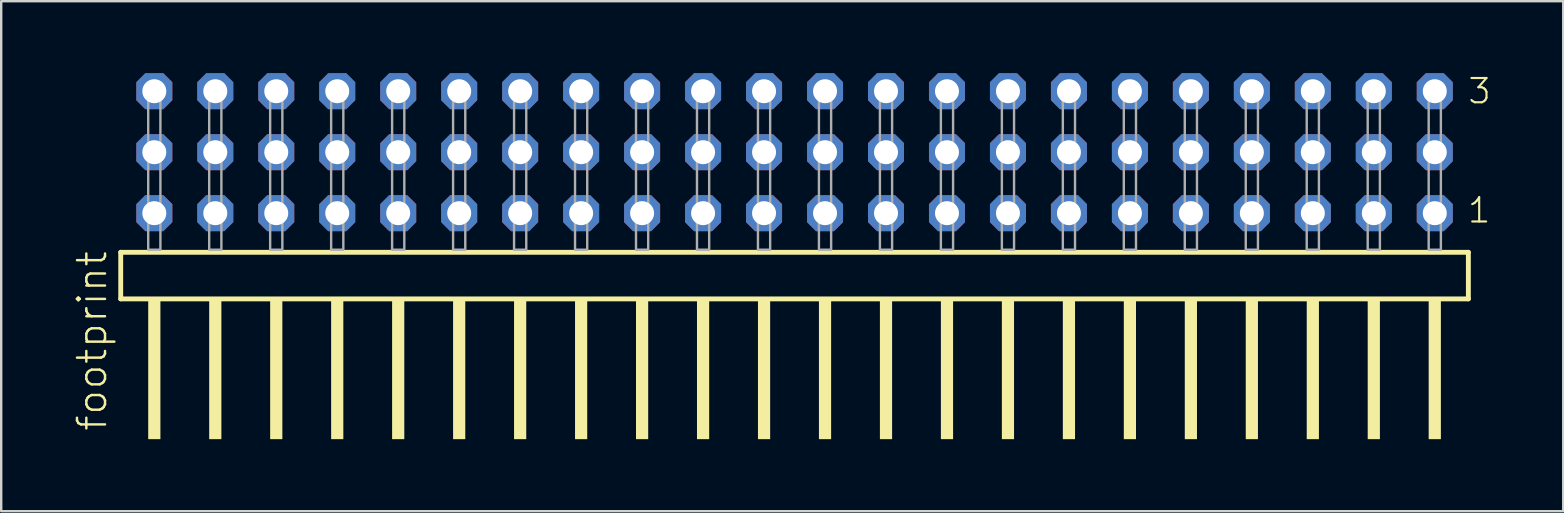
<source format=kicad_pcb>
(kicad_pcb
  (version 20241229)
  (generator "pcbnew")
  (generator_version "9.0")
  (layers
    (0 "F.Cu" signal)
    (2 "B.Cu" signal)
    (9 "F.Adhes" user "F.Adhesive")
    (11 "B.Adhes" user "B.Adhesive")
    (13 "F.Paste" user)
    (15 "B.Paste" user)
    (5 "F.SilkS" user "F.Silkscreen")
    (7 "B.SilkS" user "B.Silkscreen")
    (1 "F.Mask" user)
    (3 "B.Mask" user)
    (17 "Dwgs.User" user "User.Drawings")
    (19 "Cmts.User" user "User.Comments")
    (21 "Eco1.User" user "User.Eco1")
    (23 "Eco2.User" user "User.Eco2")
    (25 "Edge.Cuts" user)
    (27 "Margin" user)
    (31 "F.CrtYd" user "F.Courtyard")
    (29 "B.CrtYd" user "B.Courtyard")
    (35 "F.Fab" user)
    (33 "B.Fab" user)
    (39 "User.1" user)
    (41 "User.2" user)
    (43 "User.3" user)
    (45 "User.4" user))
  (footprint "footprint"
    (layer "F.Cu")
    (at 30.048 7.354)
    (property "Reference" "footprint" (at -28.575 7.62 90) (layer "F.SilkS") (effects (font (size 1.168 1.168) (thickness 0.102)) (justify left bottom)))
    (fp_line (start -28.069 0.106) (end -28.069 2.046) (stroke (width 0.203) (type solid)) (layer "F.SilkS"))
    (fp_line (start -28.069 2.046) (end 28.069 2.046) (stroke (width 0.203) (type solid)) (layer "F.SilkS"))
    (fp_line (start 28.069 0.106) (end -28.069 0.106) (stroke (width 0.203) (type solid)) (layer "F.SilkS"))
    (fp_line (start 28.069 2.046) (end 28.069 0.106) (stroke (width 0.203) (type solid)) (layer "F.SilkS"))
    (fp_poly (pts (xy -26.924 7.89) (xy -26.416 7.89) (xy -26.416 2.04) (xy -26.924 2.04)) (stroke (width 0) (type solid)) (fill yes) (layer "F.SilkS"))
    (fp_poly (pts (xy -24.384 7.89) (xy -23.876 7.89) (xy -23.876 2.04) (xy -24.384 2.04)) (stroke (width 0) (type solid)) (fill yes) (layer "F.SilkS"))
    (fp_poly (pts (xy -21.844 7.89) (xy -21.336 7.89) (xy -21.336 2.04) (xy -21.844 2.04)) (stroke (width 0) (type solid)) (fill yes) (layer "F.SilkS"))
    (fp_poly (pts (xy -19.304 7.89) (xy -18.796 7.89) (xy -18.796 2.04) (xy -19.304 2.04)) (stroke (width 0) (type solid)) (fill yes) (layer "F.SilkS"))
    (fp_poly (pts (xy -16.764 7.89) (xy -16.256 7.89) (xy -16.256 2.04) (xy -16.764 2.04)) (stroke (width 0) (type solid)) (fill yes) (layer "F.SilkS"))
    (fp_poly (pts (xy -14.224 7.89) (xy -13.716 7.89) (xy -13.716 2.04) (xy -14.224 2.04)) (stroke (width 0) (type solid)) (fill yes) (layer "F.SilkS"))
    (fp_poly (pts (xy -11.684 7.89) (xy -11.176 7.89) (xy -11.176 2.04) (xy -11.684 2.04)) (stroke (width 0) (type solid)) (fill yes) (layer "F.SilkS"))
    (fp_poly (pts (xy -9.144 7.89) (xy -8.636 7.89) (xy -8.636 2.04) (xy -9.144 2.04)) (stroke (width 0) (type solid)) (fill yes) (layer "F.SilkS"))
    (fp_poly (pts (xy -6.604 7.89) (xy -6.096 7.89) (xy -6.096 2.04) (xy -6.604 2.04)) (stroke (width 0) (type solid)) (fill yes) (layer "F.SilkS"))
    (fp_poly (pts (xy -4.064 7.89) (xy -3.556 7.89) (xy -3.556 2.04) (xy -4.064 2.04)) (stroke (width 0) (type solid)) (fill yes) (layer "F.SilkS"))
    (fp_poly (pts (xy -1.524 7.89) (xy -1.016 7.89) (xy -1.016 2.04) (xy -1.524 2.04)) (stroke (width 0) (type solid)) (fill yes) (layer "F.SilkS"))
    (fp_poly (pts (xy 1.016 7.89) (xy 1.524 7.89) (xy 1.524 2.04) (xy 1.016 2.04)) (stroke (width 0) (type solid)) (fill yes) (layer "F.SilkS"))
    (fp_poly (pts (xy 3.556 7.89) (xy 4.064 7.89) (xy 4.064 2.04) (xy 3.556 2.04)) (stroke (width 0) (type solid)) (fill yes) (layer "F.SilkS"))
    (fp_poly (pts (xy 6.096 7.89) (xy 6.604 7.89) (xy 6.604 2.04) (xy 6.096 2.04)) (stroke (width 0) (type solid)) (fill yes) (layer "F.SilkS"))
    (fp_poly (pts (xy 8.636 7.89) (xy 9.144 7.89) (xy 9.144 2.04) (xy 8.636 2.04)) (stroke (width 0) (type solid)) (fill yes) (layer "F.SilkS"))
    (fp_poly (pts (xy 11.176 7.89) (xy 11.684 7.89) (xy 11.684 2.04) (xy 11.176 2.04)) (stroke (width 0) (type solid)) (fill yes) (layer "F.SilkS"))
    (fp_poly (pts (xy 13.716 7.89) (xy 14.224 7.89) (xy 14.224 2.04) (xy 13.716 2.04)) (stroke (width 0) (type solid)) (fill yes) (layer "F.SilkS"))
    (fp_poly (pts (xy 16.256 7.89) (xy 16.764 7.89) (xy 16.764 2.04) (xy 16.256 2.04)) (stroke (width 0) (type solid)) (fill yes) (layer "F.SilkS"))
    (fp_poly (pts (xy 18.796 7.89) (xy 19.304 7.89) (xy 19.304 2.04) (xy 18.796 2.04)) (stroke (width 0) (type solid)) (fill yes) (layer "F.SilkS"))
    (fp_poly (pts (xy 21.336 7.89) (xy 21.844 7.89) (xy 21.844 2.04) (xy 21.336 2.04)) (stroke (width 0) (type solid)) (fill yes) (layer "F.SilkS"))
    (fp_poly (pts (xy 23.876 7.89) (xy 24.384 7.89) (xy 24.384 2.04) (xy 23.876 2.04)) (stroke (width 0) (type solid)) (fill yes) (layer "F.SilkS"))
    (fp_poly (pts (xy 26.416 7.89) (xy 26.924 7.89) (xy 26.924 2.04) (xy 26.416 2.04)) (stroke (width 0) (type solid)) (fill yes) (layer "F.SilkS"))
    (fp_poly (pts (xy -26.924 0) (xy -26.416 0) (xy -26.416 -6.858) (xy -26.924 -6.858)) (stroke (width 0.1) (type solid)) (fill no) (layer "F.Fab"))
    (fp_poly (pts (xy -24.384 0) (xy -23.876 0) (xy -23.876 -6.858) (xy -24.384 -6.858)) (stroke (width 0.1) (type solid)) (fill no) (layer "F.Fab"))
    (fp_poly (pts (xy -21.844 0) (xy -21.336 0) (xy -21.336 -6.858) (xy -21.844 -6.858)) (stroke (width 0.1) (type solid)) (fill no) (layer "F.Fab"))
    (fp_poly (pts (xy -19.304 0) (xy -18.796 0) (xy -18.796 -6.858) (xy -19.304 -6.858)) (stroke (width 0.1) (type solid)) (fill no) (layer "F.Fab"))
    (fp_poly (pts (xy -16.764 0) (xy -16.256 0) (xy -16.256 -6.858) (xy -16.764 -6.858)) (stroke (width 0.1) (type solid)) (fill no) (layer "F.Fab"))
    (fp_poly (pts (xy -14.224 0) (xy -13.716 0) (xy -13.716 -6.858) (xy -14.224 -6.858)) (stroke (width 0.1) (type solid)) (fill no) (layer "F.Fab"))
    (fp_poly (pts (xy -11.684 0) (xy -11.176 0) (xy -11.176 -6.858) (xy -11.684 -6.858)) (stroke (width 0.1) (type solid)) (fill no) (layer "F.Fab"))
    (fp_poly (pts (xy -9.144 0) (xy -8.636 0) (xy -8.636 -6.858) (xy -9.144 -6.858)) (stroke (width 0.1) (type solid)) (fill no) (layer "F.Fab"))
    (fp_poly (pts (xy -6.604 0) (xy -6.096 0) (xy -6.096 -6.858) (xy -6.604 -6.858)) (stroke (width 0.1) (type solid)) (fill no) (layer "F.Fab"))
    (fp_poly (pts (xy -4.064 0) (xy -3.556 0) (xy -3.556 -6.858) (xy -4.064 -6.858)) (stroke (width 0.1) (type solid)) (fill no) (layer "F.Fab"))
    (fp_poly (pts (xy -1.524 0) (xy -1.016 0) (xy -1.016 -6.858) (xy -1.524 -6.858)) (stroke (width 0.1) (type solid)) (fill no) (layer "F.Fab"))
    (fp_poly (pts (xy 1.016 0) (xy 1.524 0) (xy 1.524 -6.858) (xy 1.016 -6.858)) (stroke (width 0.1) (type solid)) (fill no) (layer "F.Fab"))
    (fp_poly (pts (xy 3.556 0) (xy 4.064 0) (xy 4.064 -6.858) (xy 3.556 -6.858)) (stroke (width 0.1) (type solid)) (fill no) (layer "F.Fab"))
    (fp_poly (pts (xy 6.096 0) (xy 6.604 0) (xy 6.604 -6.858) (xy 6.096 -6.858)) (stroke (width 0.1) (type solid)) (fill no) (layer "F.Fab"))
    (fp_poly (pts (xy 8.636 0) (xy 9.144 0) (xy 9.144 -6.858) (xy 8.636 -6.858)) (stroke (width 0.1) (type solid)) (fill no) (layer "F.Fab"))
    (fp_poly (pts (xy 11.176 0) (xy 11.684 0) (xy 11.684 -6.858) (xy 11.176 -6.858)) (stroke (width 0.1) (type solid)) (fill no) (layer "F.Fab"))
    (fp_poly (pts (xy 13.716 0) (xy 14.224 0) (xy 14.224 -6.858) (xy 13.716 -6.858)) (stroke (width 0.1) (type solid)) (fill no) (layer "F.Fab"))
    (fp_poly (pts (xy 16.256 0) (xy 16.764 0) (xy 16.764 -6.858) (xy 16.256 -6.858)) (stroke (width 0.1) (type solid)) (fill no) (layer "F.Fab"))
    (fp_poly (pts (xy 18.796 0) (xy 19.304 0) (xy 19.304 -6.858) (xy 18.796 -6.858)) (stroke (width 0.1) (type solid)) (fill no) (layer "F.Fab"))
    (fp_poly (pts (xy 21.336 0) (xy 21.844 0) (xy 21.844 -6.858) (xy 21.336 -6.858)) (stroke (width 0.1) (type solid)) (fill no) (layer "F.Fab"))
    (fp_poly (pts (xy 23.876 0) (xy 24.384 0) (xy 24.384 -6.858) (xy 23.876 -6.858)) (stroke (width 0.1) (type solid)) (fill no) (layer "F.Fab"))
    (fp_poly (pts (xy 26.416 0) (xy 26.924 0) (xy 26.924 -6.858) (xy 26.416 -6.858)) (stroke (width 0.1) (type solid)) (fill no) (layer "F.Fab"))
    (fp_text user "3" (at 27.995 -6.015 0) (layer "F.SilkS") (effects (font (size 1.012 1.012) (thickness 0.088)) (justify left bottom)))
    (fp_text user "1" (at 27.98 -1.05 0) (layer "F.SilkS") (effects (font (size 1.012 1.012) (thickness 0.088)) (justify left bottom)))
    (pad "1" thru_hole roundrect (at 26.67 -1.524 180) (size 1.5 1.5) (drill 1) (layers "*.Cu" "*.Mask") (roundrect_rratio 0.25) (chamfer_ratio 0.25) (chamfer top_left top_right bottom_left bottom_right))
    (pad "2" thru_hole roundrect (at 26.67 -4.064 180) (size 1.5 1.5) (drill 1) (layers "*.Cu" "*.Mask") (roundrect_rratio 0.25) (chamfer_ratio 0.25) (chamfer top_left top_right bottom_left bottom_right))
    (pad "3" thru_hole roundrect (at 26.67 -6.604 180) (size 1.5 1.5) (drill 1) (layers "*.Cu" "*.Mask") (roundrect_rratio 0.25) (chamfer_ratio 0.25) (chamfer top_left top_right bottom_left bottom_right))
    (pad "4" thru_hole roundrect (at 24.13 -1.524 180) (size 1.5 1.5) (drill 1) (layers "*.Cu" "*.Mask") (roundrect_rratio 0.25) (chamfer_ratio 0.25) (chamfer top_left top_right bottom_left bottom_right))
    (pad "5" thru_hole roundrect (at 24.13 -4.064 180) (size 1.5 1.5) (drill 1) (layers "*.Cu" "*.Mask") (roundrect_rratio 0.25) (chamfer_ratio 0.25) (chamfer top_left top_right bottom_left bottom_right))
    (pad "6" thru_hole roundrect (at 24.13 -6.604 180) (size 1.5 1.5) (drill 1) (layers "*.Cu" "*.Mask") (roundrect_rratio 0.25) (chamfer_ratio 0.25) (chamfer top_left top_right bottom_left bottom_right))
    (pad "7" thru_hole roundrect (at 21.59 -1.524 180) (size 1.5 1.5) (drill 1) (layers "*.Cu" "*.Mask") (roundrect_rratio 0.25) (chamfer_ratio 0.25) (chamfer top_left top_right bottom_left bottom_right))
    (pad "8" thru_hole roundrect (at 21.59 -4.064 180) (size 1.5 1.5) (drill 1) (layers "*.Cu" "*.Mask") (roundrect_rratio 0.25) (chamfer_ratio 0.25) (chamfer top_left top_right bottom_left bottom_right))
    (pad "9" thru_hole roundrect (at 21.59 -6.604 180) (size 1.5 1.5) (drill 1) (layers "*.Cu" "*.Mask") (roundrect_rratio 0.25) (chamfer_ratio 0.25) (chamfer top_left top_right bottom_left bottom_right))
    (pad "10" thru_hole roundrect (at 19.05 -1.524 180) (size 1.5 1.5) (drill 1) (layers "*.Cu" "*.Mask") (roundrect_rratio 0.25) (chamfer_ratio 0.25) (chamfer top_left top_right bottom_left bottom_right))
    (pad "11" thru_hole roundrect (at 19.05 -4.064 180) (size 1.5 1.5) (drill 1) (layers "*.Cu" "*.Mask") (roundrect_rratio 0.25) (chamfer_ratio 0.25) (chamfer top_left top_right bottom_left bottom_right))
    (pad "12" thru_hole roundrect (at 19.05 -6.604 180) (size 1.5 1.5) (drill 1) (layers "*.Cu" "*.Mask") (roundrect_rratio 0.25) (chamfer_ratio 0.25) (chamfer top_left top_right bottom_left bottom_right))
    (pad "13" thru_hole roundrect (at 16.51 -1.524 180) (size 1.5 1.5) (drill 1) (layers "*.Cu" "*.Mask") (roundrect_rratio 0.25) (chamfer_ratio 0.25) (chamfer top_left top_right bottom_left bottom_right))
    (pad "14" thru_hole roundrect (at 16.51 -4.064 180) (size 1.5 1.5) (drill 1) (layers "*.Cu" "*.Mask") (roundrect_rratio 0.25) (chamfer_ratio 0.25) (chamfer top_left top_right bottom_left bottom_right))
    (pad "15" thru_hole roundrect (at 16.51 -6.604 180) (size 1.5 1.5) (drill 1) (layers "*.Cu" "*.Mask") (roundrect_rratio 0.25) (chamfer_ratio 0.25) (chamfer top_left top_right bottom_left bottom_right))
    (pad "16" thru_hole roundrect (at 13.97 -1.524 180) (size 1.5 1.5) (drill 1) (layers "*.Cu" "*.Mask") (roundrect_rratio 0.25) (chamfer_ratio 0.25) (chamfer top_left top_right bottom_left bottom_right))
    (pad "17" thru_hole roundrect (at 13.97 -4.064 180) (size 1.5 1.5) (drill 1) (layers "*.Cu" "*.Mask") (roundrect_rratio 0.25) (chamfer_ratio 0.25) (chamfer top_left top_right bottom_left bottom_right))
    (pad "18" thru_hole roundrect (at 13.97 -6.604 180) (size 1.5 1.5) (drill 1) (layers "*.Cu" "*.Mask") (roundrect_rratio 0.25) (chamfer_ratio 0.25) (chamfer top_left top_right bottom_left bottom_right))
    (pad "19" thru_hole roundrect (at 11.43 -1.524 180) (size 1.5 1.5) (drill 1) (layers "*.Cu" "*.Mask") (roundrect_rratio 0.25) (chamfer_ratio 0.25) (chamfer top_left top_right bottom_left bottom_right))
    (pad "20" thru_hole roundrect (at 11.43 -4.064 180) (size 1.5 1.5) (drill 1) (layers "*.Cu" "*.Mask") (roundrect_rratio 0.25) (chamfer_ratio 0.25) (chamfer top_left top_right bottom_left bottom_right))
    (pad "21" thru_hole roundrect (at 11.43 -6.604 180) (size 1.5 1.5) (drill 1) (layers "*.Cu" "*.Mask") (roundrect_rratio 0.25) (chamfer_ratio 0.25) (chamfer top_left top_right bottom_left bottom_right))
    (pad "22" thru_hole roundrect (at 8.89 -1.524 180) (size 1.5 1.5) (drill 1) (layers "*.Cu" "*.Mask") (roundrect_rratio 0.25) (chamfer_ratio 0.25) (chamfer top_left top_right bottom_left bottom_right))
    (pad "23" thru_hole roundrect (at 8.89 -4.064 180) (size 1.5 1.5) (drill 1) (layers "*.Cu" "*.Mask") (roundrect_rratio 0.25) (chamfer_ratio 0.25) (chamfer top_left top_right bottom_left bottom_right))
    (pad "24" thru_hole roundrect (at 8.89 -6.604 180) (size 1.5 1.5) (drill 1) (layers "*.Cu" "*.Mask") (roundrect_rratio 0.25) (chamfer_ratio 0.25) (chamfer top_left top_right bottom_left bottom_right))
    (pad "25" thru_hole roundrect (at 6.35 -1.524 180) (size 1.5 1.5) (drill 1) (layers "*.Cu" "*.Mask") (roundrect_rratio 0.25) (chamfer_ratio 0.25) (chamfer top_left top_right bottom_left bottom_right))
    (pad "26" thru_hole roundrect (at 6.35 -4.064 180) (size 1.5 1.5) (drill 1) (layers "*.Cu" "*.Mask") (roundrect_rratio 0.25) (chamfer_ratio 0.25) (chamfer top_left top_right bottom_left bottom_right))
    (pad "27" thru_hole roundrect (at 6.35 -6.604 180) (size 1.5 1.5) (drill 1) (layers "*.Cu" "*.Mask") (roundrect_rratio 0.25) (chamfer_ratio 0.25) (chamfer top_left top_right bottom_left bottom_right))
    (pad "28" thru_hole roundrect (at 3.81 -1.524 180) (size 1.5 1.5) (drill 1) (layers "*.Cu" "*.Mask") (roundrect_rratio 0.25) (chamfer_ratio 0.25) (chamfer top_left top_right bottom_left bottom_right))
    (pad "29" thru_hole roundrect (at 3.81 -4.064 180) (size 1.5 1.5) (drill 1) (layers "*.Cu" "*.Mask") (roundrect_rratio 0.25) (chamfer_ratio 0.25) (chamfer top_left top_right bottom_left bottom_right))
    (pad "30" thru_hole roundrect (at 3.81 -6.604 180) (size 1.5 1.5) (drill 1) (layers "*.Cu" "*.Mask") (roundrect_rratio 0.25) (chamfer_ratio 0.25) (chamfer top_left top_right bottom_left bottom_right))
    (pad "31" thru_hole roundrect (at 1.27 -1.524 180) (size 1.5 1.5) (drill 1) (layers "*.Cu" "*.Mask") (roundrect_rratio 0.25) (chamfer_ratio 0.25) (chamfer top_left top_right bottom_left bottom_right))
    (pad "32" thru_hole roundrect (at 1.27 -4.064 180) (size 1.5 1.5) (drill 1) (layers "*.Cu" "*.Mask") (roundrect_rratio 0.25) (chamfer_ratio 0.25) (chamfer top_left top_right bottom_left bottom_right))
    (pad "33" thru_hole roundrect (at 1.27 -6.604 180) (size 1.5 1.5) (drill 1) (layers "*.Cu" "*.Mask") (roundrect_rratio 0.25) (chamfer_ratio 0.25) (chamfer top_left top_right bottom_left bottom_right))
    (pad "34" thru_hole roundrect (at -1.27 -1.524 180) (size 1.5 1.5) (drill 1) (layers "*.Cu" "*.Mask") (roundrect_rratio 0.25) (chamfer_ratio 0.25) (chamfer top_left top_right bottom_left bottom_right))
    (pad "35" thru_hole roundrect (at -1.27 -4.064 180) (size 1.5 1.5) (drill 1) (layers "*.Cu" "*.Mask") (roundrect_rratio 0.25) (chamfer_ratio 0.25) (chamfer top_left top_right bottom_left bottom_right))
    (pad "36" thru_hole roundrect (at -1.27 -6.604 180) (size 1.5 1.5) (drill 1) (layers "*.Cu" "*.Mask") (roundrect_rratio 0.25) (chamfer_ratio 0.25) (chamfer top_left top_right bottom_left bottom_right))
    (pad "37" thru_hole roundrect (at -3.81 -1.524 180) (size 1.5 1.5) (drill 1) (layers "*.Cu" "*.Mask") (roundrect_rratio 0.25) (chamfer_ratio 0.25) (chamfer top_left top_right bottom_left bottom_right))
    (pad "38" thru_hole roundrect (at -3.81 -4.064 180) (size 1.5 1.5) (drill 1) (layers "*.Cu" "*.Mask") (roundrect_rratio 0.25) (chamfer_ratio 0.25) (chamfer top_left top_right bottom_left bottom_right))
    (pad "39" thru_hole roundrect (at -3.81 -6.604 180) (size 1.5 1.5) (drill 1) (layers "*.Cu" "*.Mask") (roundrect_rratio 0.25) (chamfer_ratio 0.25) (chamfer top_left top_right bottom_left bottom_right))
    (pad "40" thru_hole roundrect (at -6.35 -1.524 180) (size 1.5 1.5) (drill 1) (layers "*.Cu" "*.Mask") (roundrect_rratio 0.25) (chamfer_ratio 0.25) (chamfer top_left top_right bottom_left bottom_right))
    (pad "41" thru_hole roundrect (at -6.35 -4.064 180) (size 1.5 1.5) (drill 1) (layers "*.Cu" "*.Mask") (roundrect_rratio 0.25) (chamfer_ratio 0.25) (chamfer top_left top_right bottom_left bottom_right))
    (pad "42" thru_hole roundrect (at -6.35 -6.604 180) (size 1.5 1.5) (drill 1) (layers "*.Cu" "*.Mask") (roundrect_rratio 0.25) (chamfer_ratio 0.25) (chamfer top_left top_right bottom_left bottom_right))
    (pad "43" thru_hole roundrect (at -8.89 -1.524 180) (size 1.5 1.5) (drill 1) (layers "*.Cu" "*.Mask") (roundrect_rratio 0.25) (chamfer_ratio 0.25) (chamfer top_left top_right bottom_left bottom_right))
    (pad "44" thru_hole roundrect (at -8.89 -4.064 180) (size 1.5 1.5) (drill 1) (layers "*.Cu" "*.Mask") (roundrect_rratio 0.25) (chamfer_ratio 0.25) (chamfer top_left top_right bottom_left bottom_right))
    (pad "45" thru_hole roundrect (at -8.89 -6.604 180) (size 1.5 1.5) (drill 1) (layers "*.Cu" "*.Mask") (roundrect_rratio 0.25) (chamfer_ratio 0.25) (chamfer top_left top_right bottom_left bottom_right))
    (pad "46" thru_hole roundrect (at -11.43 -1.524 180) (size 1.5 1.5) (drill 1) (layers "*.Cu" "*.Mask") (roundrect_rratio 0.25) (chamfer_ratio 0.25) (chamfer top_left top_right bottom_left bottom_right))
    (pad "47" thru_hole roundrect (at -11.43 -4.064 180) (size 1.5 1.5) (drill 1) (layers "*.Cu" "*.Mask") (roundrect_rratio 0.25) (chamfer_ratio 0.25) (chamfer top_left top_right bottom_left bottom_right))
    (pad "48" thru_hole roundrect (at -11.43 -6.604 180) (size 1.5 1.5) (drill 1) (layers "*.Cu" "*.Mask") (roundrect_rratio 0.25) (chamfer_ratio 0.25) (chamfer top_left top_right bottom_left bottom_right))
    (pad "49" thru_hole roundrect (at -13.97 -1.524 180) (size 1.5 1.5) (drill 1) (layers "*.Cu" "*.Mask") (roundrect_rratio 0.25) (chamfer_ratio 0.25) (chamfer top_left top_right bottom_left bottom_right))
    (pad "50" thru_hole roundrect (at -13.97 -4.064 180) (size 1.5 1.5) (drill 1) (layers "*.Cu" "*.Mask") (roundrect_rratio 0.25) (chamfer_ratio 0.25) (chamfer top_left top_right bottom_left bottom_right))
    (pad "51" thru_hole roundrect (at -13.97 -6.604 180) (size 1.5 1.5) (drill 1) (layers "*.Cu" "*.Mask") (roundrect_rratio 0.25) (chamfer_ratio 0.25) (chamfer top_left top_right bottom_left bottom_right))
    (pad "52" thru_hole roundrect (at -16.51 -1.524 180) (size 1.5 1.5) (drill 1) (layers "*.Cu" "*.Mask") (roundrect_rratio 0.25) (chamfer_ratio 0.25) (chamfer top_left top_right bottom_left bottom_right))
    (pad "53" thru_hole roundrect (at -16.51 -4.064 180) (size 1.5 1.5) (drill 1) (layers "*.Cu" "*.Mask") (roundrect_rratio 0.25) (chamfer_ratio 0.25) (chamfer top_left top_right bottom_left bottom_right))
    (pad "54" thru_hole roundrect (at -16.51 -6.604 180) (size 1.5 1.5) (drill 1) (layers "*.Cu" "*.Mask") (roundrect_rratio 0.25) (chamfer_ratio 0.25) (chamfer top_left top_right bottom_left bottom_right))
    (pad "55" thru_hole roundrect (at -19.05 -1.524 180) (size 1.5 1.5) (drill 1) (layers "*.Cu" "*.Mask") (roundrect_rratio 0.25) (chamfer_ratio 0.25) (chamfer top_left top_right bottom_left bottom_right))
    (pad "56" thru_hole roundrect (at -19.05 -4.064 180) (size 1.5 1.5) (drill 1) (layers "*.Cu" "*.Mask") (roundrect_rratio 0.25) (chamfer_ratio 0.25) (chamfer top_left top_right bottom_left bottom_right))
    (pad "57" thru_hole roundrect (at -19.05 -6.604 180) (size 1.5 1.5) (drill 1) (layers "*.Cu" "*.Mask") (roundrect_rratio 0.25) (chamfer_ratio 0.25) (chamfer top_left top_right bottom_left bottom_right))
    (pad "58" thru_hole roundrect (at -21.59 -1.524 180) (size 1.5 1.5) (drill 1) (layers "*.Cu" "*.Mask") (roundrect_rratio 0.25) (chamfer_ratio 0.25) (chamfer top_left top_right bottom_left bottom_right))
    (pad "59" thru_hole roundrect (at -21.59 -4.064 180) (size 1.5 1.5) (drill 1) (layers "*.Cu" "*.Mask") (roundrect_rratio 0.25) (chamfer_ratio 0.25) (chamfer top_left top_right bottom_left bottom_right))
    (pad "60" thru_hole roundrect (at -21.59 -6.604 180) (size 1.5 1.5) (drill 1) (layers "*.Cu" "*.Mask") (roundrect_rratio 0.25) (chamfer_ratio 0.25) (chamfer top_left top_right bottom_left bottom_right))
    (pad "61" thru_hole roundrect (at -24.13 -1.524 180) (size 1.5 1.5) (drill 1) (layers "*.Cu" "*.Mask") (roundrect_rratio 0.25) (chamfer_ratio 0.25) (chamfer top_left top_right bottom_left bottom_right))
    (pad "62" thru_hole roundrect (at -24.13 -4.064 180) (size 1.5 1.5) (drill 1) (layers "*.Cu" "*.Mask") (roundrect_rratio 0.25) (chamfer_ratio 0.25) (chamfer top_left top_right bottom_left bottom_right))
    (pad "63" thru_hole roundrect (at -24.13 -6.604 180) (size 1.5 1.5) (drill 1) (layers "*.Cu" "*.Mask") (roundrect_rratio 0.25) (chamfer_ratio 0.25) (chamfer top_left top_right bottom_left bottom_right))
    (pad "64" thru_hole roundrect (at -26.67 -1.524 180) (size 1.5 1.5) (drill 1) (layers "*.Cu" "*.Mask") (roundrect_rratio 0.25) (chamfer_ratio 0.25) (chamfer top_left top_right bottom_left bottom_right))
    (pad "65" thru_hole roundrect (at -26.67 -4.064 180) (size 1.5 1.5) (drill 1) (layers "*.Cu" "*.Mask") (roundrect_rratio 0.25) (chamfer_ratio 0.25) (chamfer top_left top_right bottom_left bottom_right))
    (pad "66" thru_hole roundrect (at -26.67 -6.604 180) (size 1.5 1.5) (drill 1) (layers "*.Cu" "*.Mask") (roundrect_rratio 0.25) (chamfer_ratio 0.25) (chamfer top_left top_right bottom_left bottom_right)))
  (gr_rect
    (start -3 -3)
    (end 62.069 18.244)
    (stroke (width 0.1) (type default))
    (fill no)
    (layer "Edge.Cuts")))
</source>
